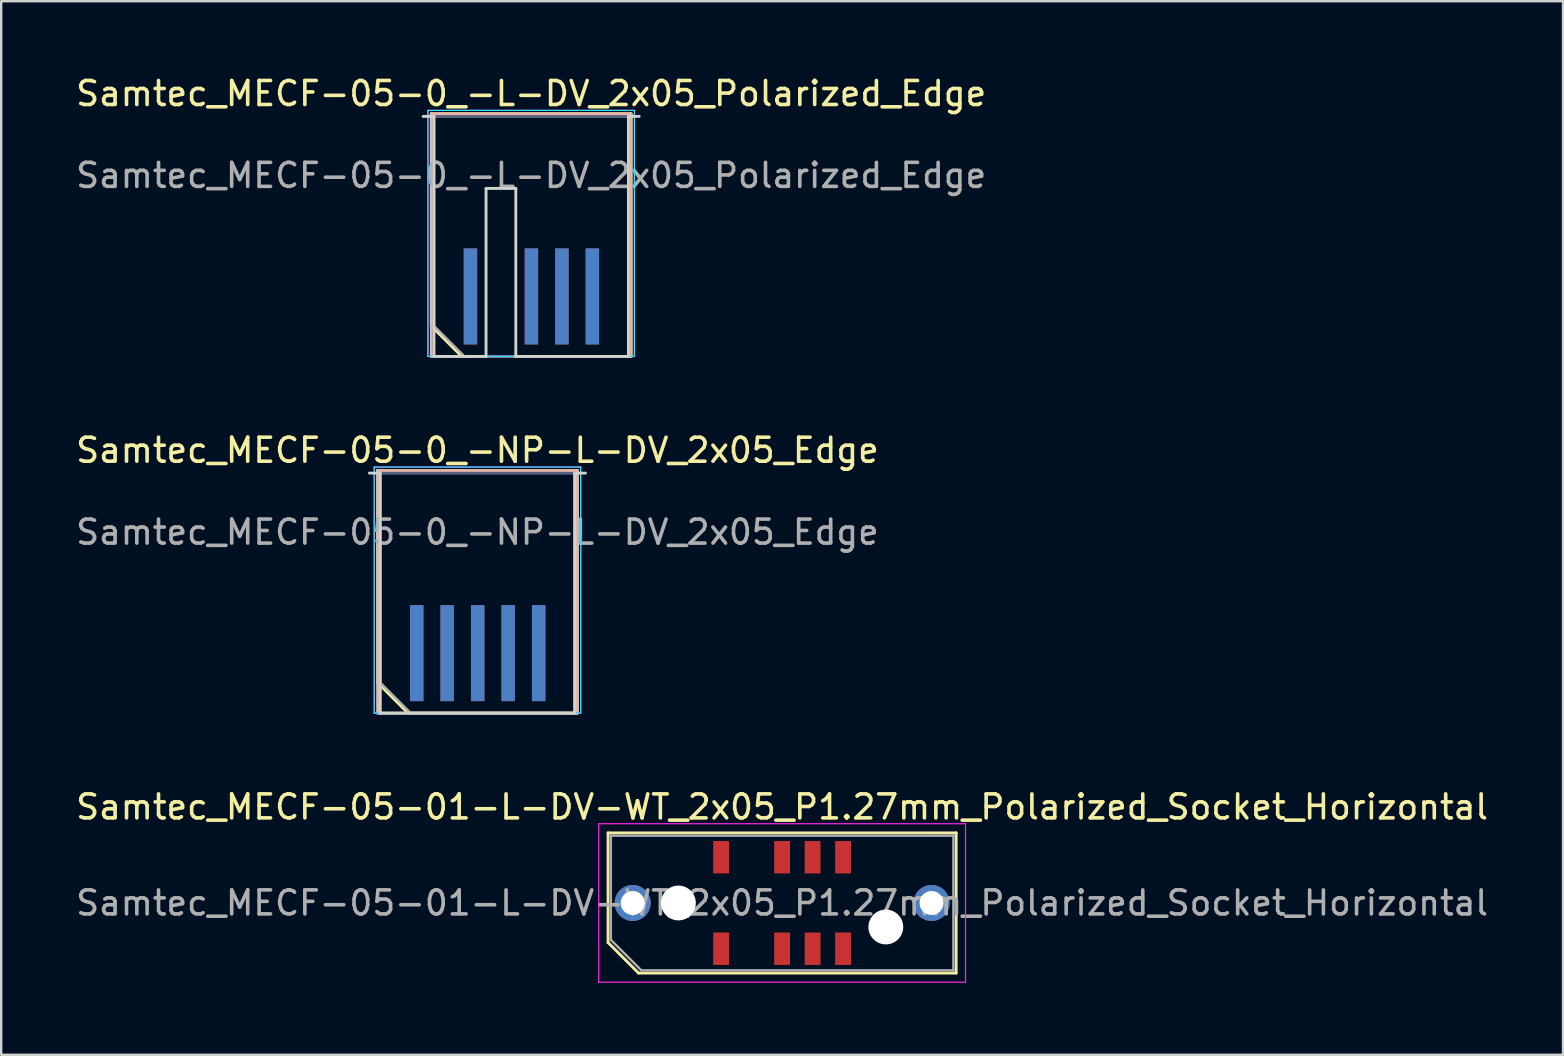
<source format=kicad_pcb>
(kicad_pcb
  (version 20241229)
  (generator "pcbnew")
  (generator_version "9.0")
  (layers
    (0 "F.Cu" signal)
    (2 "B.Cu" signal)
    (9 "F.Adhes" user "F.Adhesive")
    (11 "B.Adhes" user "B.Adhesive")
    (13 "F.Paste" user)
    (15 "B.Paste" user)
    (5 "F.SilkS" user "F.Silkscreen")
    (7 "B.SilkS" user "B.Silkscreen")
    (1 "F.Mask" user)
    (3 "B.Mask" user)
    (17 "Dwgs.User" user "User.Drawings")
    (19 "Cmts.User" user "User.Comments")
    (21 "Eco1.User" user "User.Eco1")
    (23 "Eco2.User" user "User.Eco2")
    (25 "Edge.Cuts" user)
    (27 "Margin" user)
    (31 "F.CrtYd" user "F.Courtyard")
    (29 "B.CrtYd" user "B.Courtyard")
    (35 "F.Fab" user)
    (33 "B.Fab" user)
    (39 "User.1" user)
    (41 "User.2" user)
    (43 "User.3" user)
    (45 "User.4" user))
  (footprint "Samtec_MECF-05-0_-NP-L-DV_2x05_Edge"
    (layer "F.Cu")
    (at 16.839 21.657)
    (property "Reference" "Samtec_MECF-05-0_-NP-L-DV_2x05_Edge" (at 0 -5.95 0) (layer "F.SilkS") (effects (font (size 1 1) (thickness 0.15))))
    (attr exclude_from_pos_files exclude_from_bom)
    (fp_line (start -4.16 -5.11) (end 4.16 -5.11) (stroke (width 0.12) (type solid)) (layer "F.SilkS"))
    (fp_line (start -4.16 3.73) (end -4.16 -5.11) (stroke (width 0.12) (type solid)) (layer "F.SilkS"))
    (fp_line (start -2.89 5) (end -4.16 3.73) (stroke (width 0.12) (type solid)) (layer "F.SilkS"))
    (fp_line (start -2.89 5) (end 4.16 5) (stroke (width 0.12) (type solid)) (layer "F.SilkS"))
    (fp_line (start 4.16 5) (end 4.16 -5.11) (stroke (width 0.12) (type solid)) (layer "F.SilkS"))
    (fp_line (start -4.16 -5.11) (end 4.16 -5.11) (stroke (width 0.12) (type solid)) (layer "B.SilkS"))
    (fp_line (start -4.16 5) (end -4.16 -5.11) (stroke (width 0.12) (type solid)) (layer "B.SilkS"))
    (fp_line (start -4.16 5) (end 4.16 5) (stroke (width 0.12) (type solid)) (layer "B.SilkS"))
    (fp_line (start 4.16 5) (end 4.16 -5.11) (stroke (width 0.12) (type solid)) (layer "B.SilkS"))
    (fp_line (start -4.5 -5) (end -4.05 -5) (stroke (width 0.12) (type solid)) (layer "Edge.Cuts"))
    (fp_line (start -4.05 5) (end -4.05 -5) (stroke (width 0.12) (type solid)) (layer "Edge.Cuts"))
    (fp_line (start -4.05 5) (end 4.05 5) (stroke (width 0.12) (type solid)) (layer "Edge.Cuts"))
    (fp_line (start 4.05 5) (end 4.05 -5) (stroke (width 0.12) (type solid)) (layer "Edge.Cuts"))
    (fp_line (start 4.5 -5) (end 4.05 -5) (stroke (width 0.12) (type solid)) (layer "Edge.Cuts"))
    (fp_line (start -4.3 -5.25) (end -4.3 5) (stroke (width 0.05) (type solid)) (layer "B.CrtYd"))
    (fp_line (start -4.3 5) (end 4.3 5) (stroke (width 0.05) (type solid)) (layer "B.CrtYd"))
    (fp_line (start 4.3 -5.25) (end -4.3 -5.25) (stroke (width 0.05) (type solid)) (layer "B.CrtYd"))
    (fp_line (start 4.3 5) (end 4.3 -5.25) (stroke (width 0.05) (type solid)) (layer "B.CrtYd"))
    (fp_line (start -4.3 -5.25) (end -4.3 5) (stroke (width 0.05) (type solid)) (layer "F.CrtYd"))
    (fp_line (start -4.3 5) (end 4.3 5) (stroke (width 0.05) (type solid)) (layer "F.CrtYd"))
    (fp_line (start 4.3 -5.25) (end -4.3 -5.25) (stroke (width 0.05) (type solid)) (layer "F.CrtYd"))
    (fp_line (start 4.3 5) (end 4.3 -5.25) (stroke (width 0.05) (type solid)) (layer "F.CrtYd"))
    (fp_line (start -4.05 -5) (end 4.05 -5) (stroke (width 0.1) (type solid)) (layer "B.Fab"))
    (fp_line (start -4.05 5) (end -4.05 -5) (stroke (width 0.1) (type solid)) (layer "B.Fab"))
    (fp_line (start -4.05 5) (end 4.05 5) (stroke (width 0.1) (type solid)) (layer "B.Fab"))
    (fp_line (start 4.05 5) (end 4.05 -5) (stroke (width 0.1) (type solid)) (layer "B.Fab"))
    (fp_line (start -4.05 -5) (end 4.05 -5) (stroke (width 0.1) (type solid)) (layer "F.Fab"))
    (fp_line (start -4.05 3.73) (end -4.05 -5) (stroke (width 0.1) (type solid)) (layer "F.Fab"))
    (fp_line (start -4.05 3.73) (end -2.78 5) (stroke (width 0.1) (type solid)) (layer "F.Fab"))
    (fp_line (start -2.78 5) (end 4.05 5) (stroke (width 0.1) (type solid)) (layer "F.Fab"))
    (fp_line (start 4.05 5) (end 4.05 -5) (stroke (width 0.1) (type solid)) (layer "F.Fab"))
    (fp_text user "${REFERENCE}" (at 0 -2.54 0) (layer "F.Fab") (effects (font (size 1 1) (thickness 0.15))))
    (pad "1" smd rect (at -2.53 2.5) (size 0.56 4) (layers "F.Cu" "F.Mask" "F.Paste"))
    (pad "2" smd rect (at -2.53 2.5) (size 0.56 4) (layers "B.Cu" "B.Mask" "B.Paste"))
    (pad "3" smd rect (at -1.26 2.5) (size 0.56 4) (layers "F.Cu" "F.Mask" "F.Paste"))
    (pad "4" smd rect (at -1.26 2.5) (size 0.56 4) (layers "B.Cu" "B.Mask" "B.Paste"))
    (pad "5" smd rect (at 0.01 2.5) (size 0.56 4) (layers "F.Cu" "F.Mask" "F.Paste"))
    (pad "6" smd rect (at 0.01 2.5) (size 0.56 4) (layers "B.Cu" "B.Mask" "B.Paste"))
    (pad "7" smd rect (at 1.28 2.5) (size 0.56 4) (layers "F.Cu" "F.Mask" "F.Paste"))
    (pad "8" smd rect (at 1.28 2.5) (size 0.56 4) (layers "B.Cu" "B.Mask" "B.Paste"))
    (pad "9" smd rect (at 2.55 2.5) (size 0.56 4) (layers "F.Cu" "F.Mask" "F.Paste"))
    (pad "10" smd rect (at 2.55 2.5) (size 0.56 4) (layers "B.Cu" "B.Mask" "B.Paste")))
  (footprint "Samtec_MECF-05-0_-L-DV_2x05_Polarized_Edge"
    (layer "F.Cu")
    (at 19.077 6.798)
    (property "Reference" "Samtec_MECF-05-0_-L-DV_2x05_Polarized_Edge" (at 0 -5.95 0) (layer "F.SilkS") (effects (font (size 1 1) (thickness 0.15))))
    (attr exclude_from_pos_files exclude_from_bom)
    (fp_line (start -4.16 -5.11) (end 4.16 -5.11) (stroke (width 0.12) (type solid)) (layer "F.SilkS"))
    (fp_line (start -4.16 3.73) (end -4.16 -5.11) (stroke (width 0.12) (type solid)) (layer "F.SilkS"))
    (fp_line (start -2.89 5) (end -4.16 3.73) (stroke (width 0.12) (type solid)) (layer "F.SilkS"))
    (fp_line (start -2.89 5) (end 4.16 5) (stroke (width 0.12) (type solid)) (layer "F.SilkS"))
    (fp_line (start 4.16 5) (end 4.16 -5.11) (stroke (width 0.12) (type solid)) (layer "F.SilkS"))
    (fp_line (start -4.16 -5.11) (end 4.16 -5.11) (stroke (width 0.12) (type solid)) (layer "B.SilkS"))
    (fp_line (start -4.16 5) (end -4.16 -5.11) (stroke (width 0.12) (type solid)) (layer "B.SilkS"))
    (fp_line (start -4.16 5) (end 4.16 5) (stroke (width 0.12) (type solid)) (layer "B.SilkS"))
    (fp_line (start 4.16 5) (end 4.16 -5.11) (stroke (width 0.12) (type solid)) (layer "B.SilkS"))
    (fp_line (start -4.5 -5) (end -4.05 -5) (stroke (width 0.12) (type solid)) (layer "Edge.Cuts"))
    (fp_line (start -4.05 5) (end -4.05 -5) (stroke (width 0.12) (type solid)) (layer "Edge.Cuts"))
    (fp_line (start -4.05 5) (end -1.88 5) (stroke (width 0.12) (type solid)) (layer "Edge.Cuts"))
    (fp_line (start -1.88 -2) (end -0.64 -2) (stroke (width 0.12) (type solid)) (layer "Edge.Cuts"))
    (fp_line (start -1.88 5) (end -1.88 -2) (stroke (width 0.12) (type solid)) (layer "Edge.Cuts"))
    (fp_line (start -0.64 5) (end -0.64 -2) (stroke (width 0.12) (type solid)) (layer "Edge.Cuts"))
    (fp_line (start -0.64 5) (end 4.05 5) (stroke (width 0.12) (type solid)) (layer "Edge.Cuts"))
    (fp_line (start 4.05 5) (end 4.05 -5) (stroke (width 0.12) (type solid)) (layer "Edge.Cuts"))
    (fp_line (start 4.5 -5) (end 4.05 -5) (stroke (width 0.12) (type solid)) (layer "Edge.Cuts"))
    (fp_line (start -4.3 -5.25) (end -4.3 5) (stroke (width 0.05) (type solid)) (layer "B.CrtYd"))
    (fp_line (start -4.3 5) (end 4.3 5) (stroke (width 0.05) (type solid)) (layer "B.CrtYd"))
    (fp_line (start 4.3 -5.25) (end -4.3 -5.25) (stroke (width 0.05) (type solid)) (layer "B.CrtYd"))
    (fp_line (start 4.3 5) (end 4.3 -5.25) (stroke (width 0.05) (type solid)) (layer "B.CrtYd"))
    (fp_line (start -4.3 -5.25) (end -4.3 5) (stroke (width 0.05) (type solid)) (layer "F.CrtYd"))
    (fp_line (start -4.3 5) (end 4.3 5) (stroke (width 0.05) (type solid)) (layer "F.CrtYd"))
    (fp_line (start 4.3 -5.25) (end -4.3 -5.25) (stroke (width 0.05) (type solid)) (layer "F.CrtYd"))
    (fp_line (start 4.3 5) (end 4.3 -5.25) (stroke (width 0.05) (type solid)) (layer "F.CrtYd"))
    (fp_line (start -4.05 -5) (end 4.05 -5) (stroke (width 0.1) (type solid)) (layer "B.Fab"))
    (fp_line (start -4.05 5) (end -4.05 -5) (stroke (width 0.1) (type solid)) (layer "B.Fab"))
    (fp_line (start -4.05 5) (end 4.05 5) (stroke (width 0.1) (type solid)) (layer "B.Fab"))
    (fp_line (start 4.05 5) (end 4.05 -5) (stroke (width 0.1) (type solid)) (layer "B.Fab"))
    (fp_line (start -4.05 -5) (end 4.05 -5) (stroke (width 0.1) (type solid)) (layer "F.Fab"))
    (fp_line (start -4.05 3.73) (end -4.05 -5) (stroke (width 0.1) (type solid)) (layer "F.Fab"))
    (fp_line (start -4.05 3.73) (end -2.78 5) (stroke (width 0.1) (type solid)) (layer "F.Fab"))
    (fp_line (start -2.78 5) (end 4.05 5) (stroke (width 0.1) (type solid)) (layer "F.Fab"))
    (fp_line (start 4.05 5) (end 4.05 -5) (stroke (width 0.1) (type solid)) (layer "F.Fab"))
    (fp_text user "${REFERENCE}" (at 0 -2.54 0) (layer "F.Fab") (effects (font (size 1 1) (thickness 0.15))))
    (pad "1" connect rect (at -2.53 2.5) (size 0.56 4) (layers "F.Cu" "F.Mask"))
    (pad "2" connect rect (at -2.53 2.5) (size 0.56 4) (layers "B.Cu" "B.Mask"))
    (pad "5" connect rect (at 0.01 2.5) (size 0.56 4) (layers "F.Cu" "F.Mask"))
    (pad "6" connect rect (at 0.01 2.5) (size 0.56 4) (layers "B.Cu" "B.Mask"))
    (pad "7" connect rect (at 1.28 2.5) (size 0.56 4) (layers "F.Cu" "F.Mask"))
    (pad "8" connect rect (at 1.28 2.5) (size 0.56 4) (layers "B.Cu" "B.Mask"))
    (pad "9" connect rect (at 2.55 2.5) (size 0.56 4) (layers "F.Cu" "F.Mask"))
    (pad "10" connect rect (at 2.55 2.5) (size 0.56 4) (layers "B.Cu" "B.Mask")))
  (footprint "Samtec_MECF-05-01-L-DV-WT_2x05_P1.27mm_Polarized_Socket_Horizontal"
    (layer "F.Cu")
    (at 29.53 34.565)
    (property "Reference" "Samtec_MECF-05-01-L-DV-WT_2x05_P1.27mm_Polarized_Socket_Horizontal" (at 0 -4 0) (layer "F.SilkS") (effects (font (size 1 1) (thickness 0.15))))
    (attr smd)
    (fp_line (start -7.25 -2.92) (end 7.25 -2.92) (stroke (width 0.12) (type solid)) (layer "F.SilkS"))
    (fp_line (start -7.25 1.65) (end -7.25 -2.92) (stroke (width 0.12) (type solid)) (layer "F.SilkS"))
    (fp_line (start -5.98 2.92) (end -7.25 1.65) (stroke (width 0.12) (type solid)) (layer "F.SilkS"))
    (fp_line (start -5.98 2.92) (end 7.25 2.92) (stroke (width 0.12) (type solid)) (layer "F.SilkS"))
    (fp_line (start 7.25 2.92) (end 7.25 -2.92) (stroke (width 0.12) (type solid)) (layer "F.SilkS"))
    (fp_line (start -7.64 -3.3) (end -7.64 3.3) (stroke (width 0.05) (type solid)) (layer "F.CrtYd"))
    (fp_line (start -7.64 3.3) (end 7.64 3.3) (stroke (width 0.05) (type solid)) (layer "F.CrtYd"))
    (fp_line (start 7.64 -3.3) (end -7.64 -3.3) (stroke (width 0.05) (type solid)) (layer "F.CrtYd"))
    (fp_line (start 7.64 3.3) (end 7.64 -3.3) (stroke (width 0.05) (type solid)) (layer "F.CrtYd"))
    (fp_line (start -7.135 -2.805) (end 7.135 -2.805) (stroke (width 0.1) (type solid)) (layer "F.Fab"))
    (fp_line (start -7.135 1.535) (end -7.135 -2.805) (stroke (width 0.1) (type solid)) (layer "F.Fab"))
    (fp_line (start -7.135 1.535) (end -5.865 2.805) (stroke (width 0.1) (type solid)) (layer "F.Fab"))
    (fp_line (start -5.865 2.805) (end 7.135 2.805) (stroke (width 0.1) (type solid)) (layer "F.Fab"))
    (fp_line (start 7.135 2.805) (end 7.135 -2.805) (stroke (width 0.1) (type solid)) (layer "F.Fab"))
    (fp_text user "${REFERENCE}" (at 0 0 0) (layer "F.Fab") (effects (font (size 1 1) (thickness 0.15))))
    (pad "" thru_hole circle (at -6.225 0) (size 1.5 1.5) (drill 1) (layers "*.Cu" "*.Mask"))
    (pad "" np_thru_hole circle (at -4.32 0) (size 1.45 1.45) (drill 1.45) (layers "*.Cu" "*.Mask"))
    (pad "" np_thru_hole circle (at 4.32 1) (size 1.45 1.45) (drill 1.45) (layers "*.Cu" "*.Mask"))
    (pad "" thru_hole circle (at 6.225 0) (size 1.5 1.5) (drill 1) (layers "*.Cu" "*.Mask"))
    (pad "1" smd rect (at -2.54 1.905) (size 0.66 1.35) (layers "F.Cu" "F.Mask" "F.Paste"))
    (pad "2" smd rect (at -2.54 -1.905) (size 0.66 1.35) (layers "F.Cu" "F.Mask" "F.Paste"))
    (pad "5" smd rect (at 0 1.905) (size 0.66 1.35) (layers "F.Cu" "F.Mask" "F.Paste"))
    (pad "6" smd rect (at 0 -1.905) (size 0.66 1.35) (layers "F.Cu" "F.Mask" "F.Paste"))
    (pad "7" smd rect (at 1.27 1.905) (size 0.66 1.35) (layers "F.Cu" "F.Mask" "F.Paste"))
    (pad "8" smd rect (at 1.27 -1.905) (size 0.66 1.35) (layers "F.Cu" "F.Mask" "F.Paste"))
    (pad "9" smd rect (at 2.54 1.905) (size 0.66 1.35) (layers "F.Cu" "F.Mask" "F.Paste"))
    (pad "10" smd rect (at 2.54 -1.905) (size 0.66 1.35) (layers "F.Cu" "F.Mask" "F.Paste")))
  (gr_rect
    (start -3 -3)
    (end 62.06 40.89)
    (stroke (width 0.1) (type default))
    (fill no)
    (layer "Edge.Cuts")))
</source>
